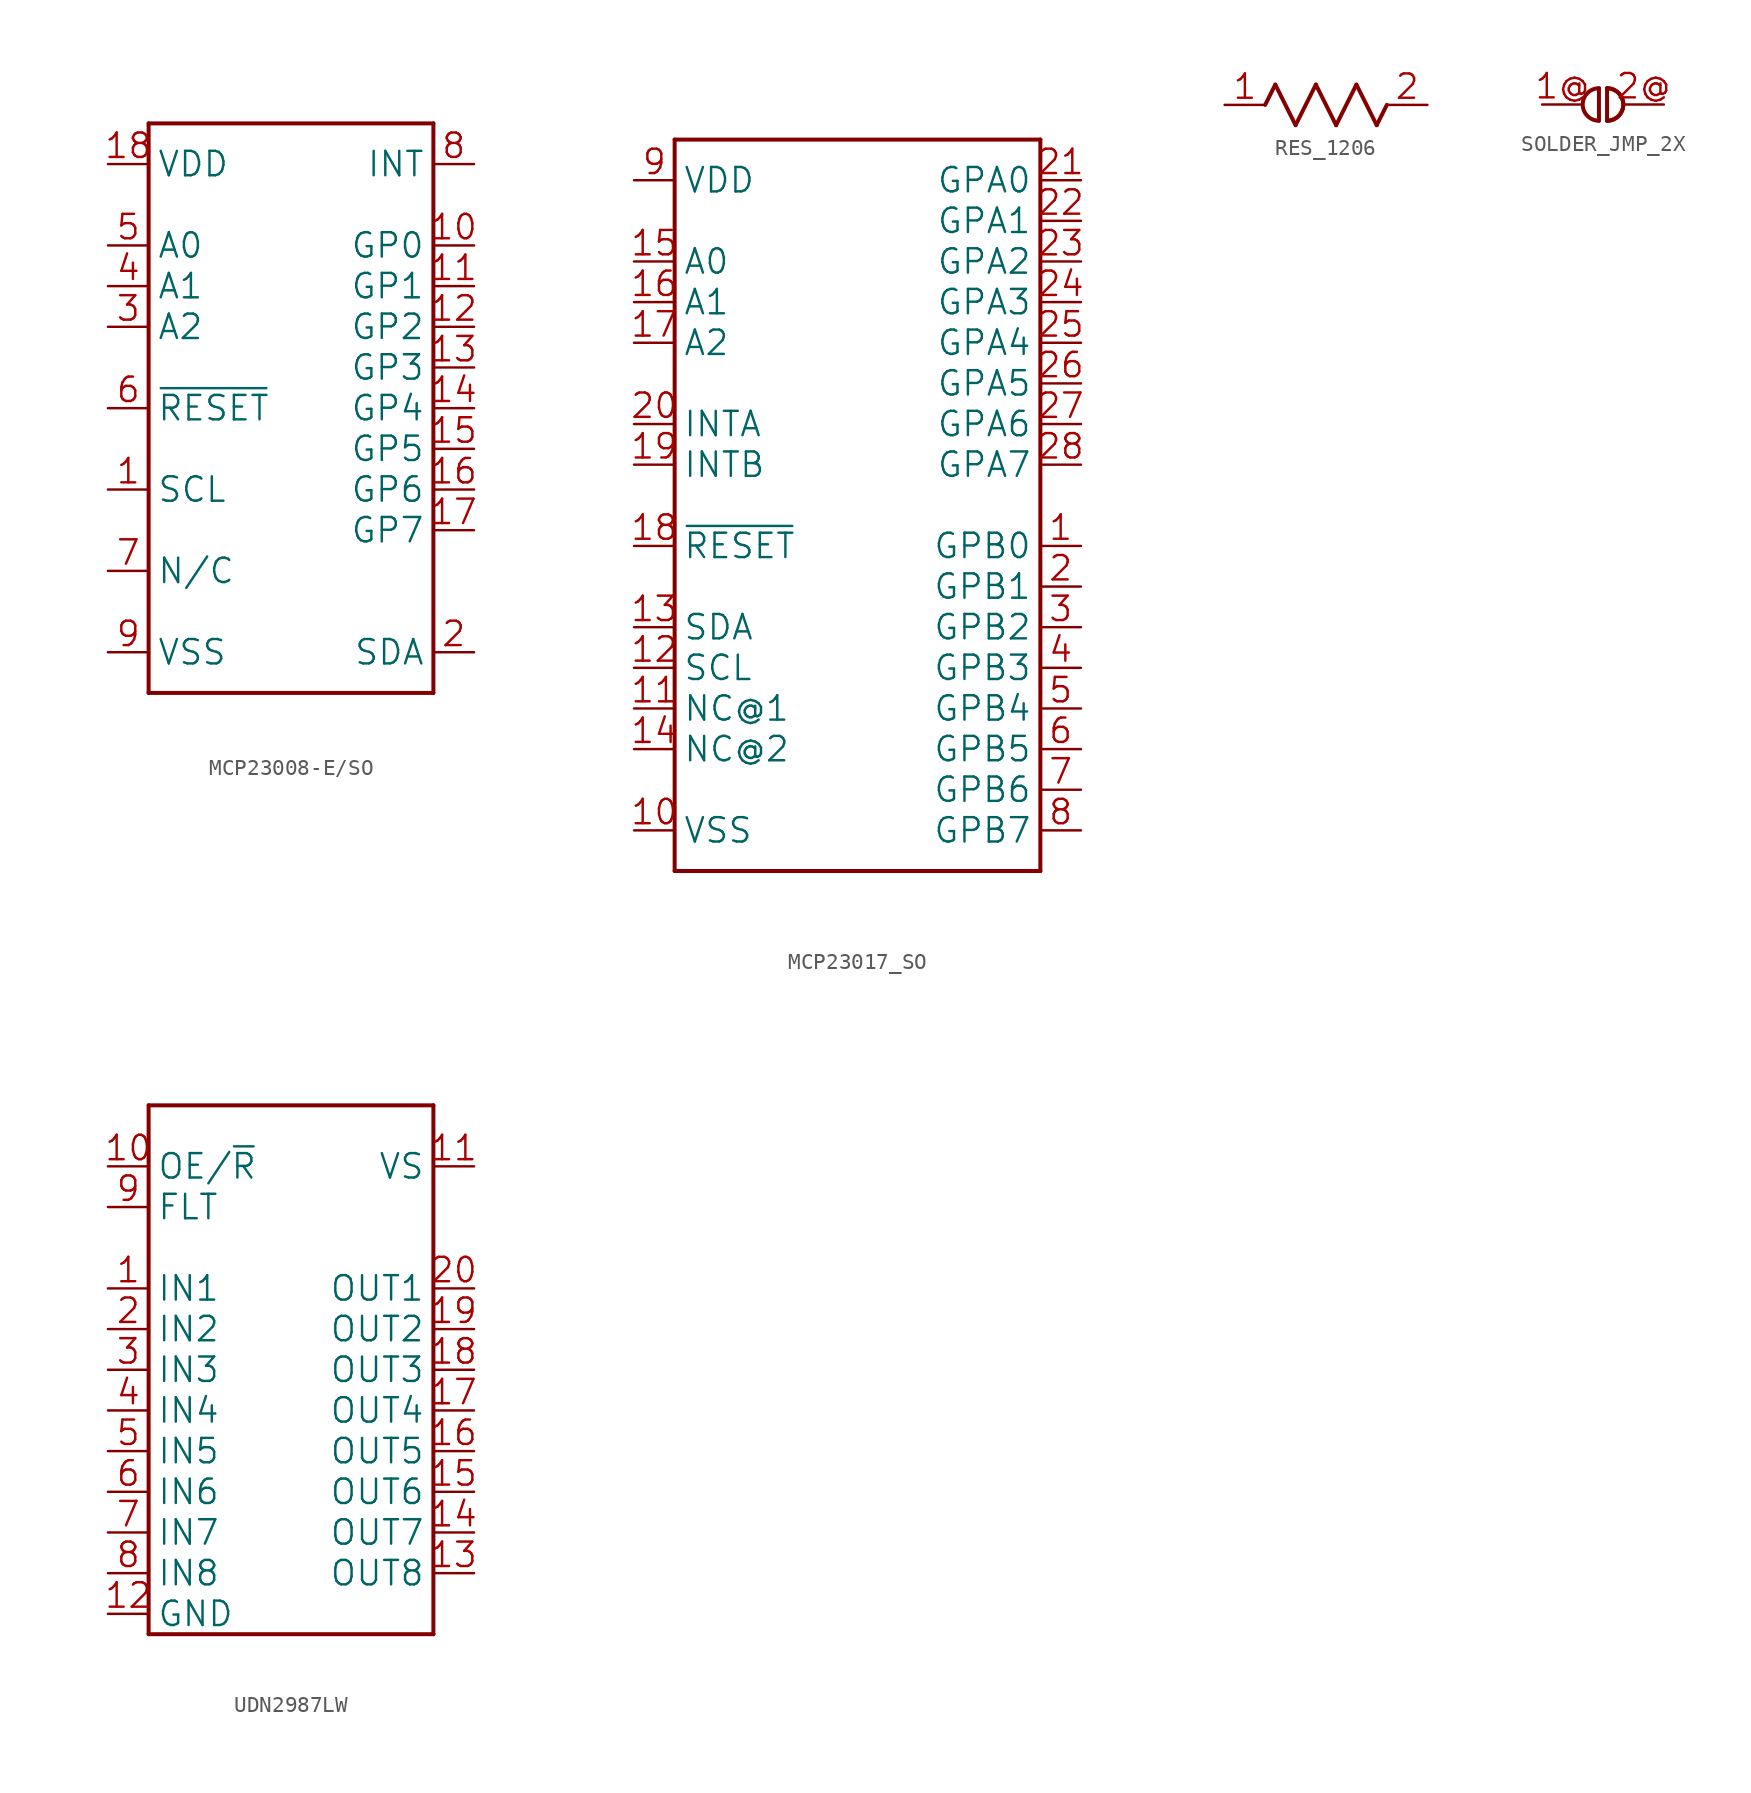
<source format=kicad_sym>
(kicad_symbol_lib
  (version 20241209)
  (generator "kicad_symbol_editor")
  (generator_version "9.0")
  (symbol "MCP23008-E/SO"
    (property "Reference" "U"
      (at 0 0 0)
      (effects (font (size 1.27 1.27)) (hide yes)))
    (property "ki_locked" ""
      (at 0 0 0)
      (effects (font (size 1.27 1.27))))
    (symbol "MCP23008-E/SO_1_0"
      (polyline (pts (xy -8.89 17.78) (xy 8.89 17.78)) (stroke (width 0.25) (type solid)) (fill (type none)))
      (polyline (pts (xy -8.89 -17.78) (xy -8.89 17.78)) (stroke (width 0.25) (type solid)) (fill (type none)))
      (polyline (pts (xy 8.89 17.78) (xy 8.89 -17.78)) (stroke (width 0.25) (type solid)) (fill (type none)))
      (polyline (pts (xy 8.89 -17.78) (xy -8.89 -17.78)) (stroke (width 0.25) (type solid)) (fill (type none)))
      (pin power_in line (at -11.43 15.24 0) (length 2.54) (name "VDD" (effects (font (size 1.524 1.524)))) (number "18" (effects (font (size 1.524 1.524)))))
      (pin input line (at -11.43 10.16 0) (length 2.54) (name "A0" (effects (font (size 1.524 1.524)))) (number "5" (effects (font (size 1.524 1.524)))))
      (pin input line (at -11.43 7.62 0) (length 2.54) (name "A1" (effects (font (size 1.524 1.524)))) (number "4" (effects (font (size 1.524 1.524)))))
      (pin input line (at -11.43 5.08 0) (length 2.54) (name "A2" (effects (font (size 1.524 1.524)))) (number "3" (effects (font (size 1.524 1.524)))))
      (pin input line (at -11.43 0 0) (length 2.54) (name "~{RESET}" (effects (font (size 1.524 1.524)))) (number "6" (effects (font (size 1.524 1.524)))))
      (pin input line (at -11.43 -5.08 0) (length 2.54) (name "SCL" (effects (font (size 1.524 1.524)))) (number "1" (effects (font (size 1.524 1.524)))))
      (pin passive line (at -11.43 -10.16 0) (length 2.54) (name "N/C" (effects (font (size 1.524 1.524)))) (number "7" (effects (font (size 1.524 1.524)))))
      (pin power_in line (at -11.43 -15.24 0) (length 2.54) (name "VSS" (effects (font (size 1.524 1.524)))) (number "9" (effects (font (size 1.524 1.524)))))
      (pin output line (at 11.43 15.24 180) (length 2.54) (name "INT" (effects (font (size 1.524 1.524)))) (number "8" (effects (font (size 1.524 1.524)))))
      (pin bidirectional line (at 11.43 10.16 180) (length 2.54) (name "GP0" (effects (font (size 1.524 1.524)))) (number "10" (effects (font (size 1.524 1.524)))))
      (pin bidirectional line (at 11.43 7.62 180) (length 2.54) (name "GP1" (effects (font (size 1.524 1.524)))) (number "11" (effects (font (size 1.524 1.524)))))
      (pin bidirectional line (at 11.43 5.08 180) (length 2.54) (name "GP2" (effects (font (size 1.524 1.524)))) (number "12" (effects (font (size 1.524 1.524)))))
      (pin bidirectional line (at 11.43 2.54 180) (length 2.54) (name "GP3" (effects (font (size 1.524 1.524)))) (number "13" (effects (font (size 1.524 1.524)))))
      (pin bidirectional line (at 11.43 0 180) (length 2.54) (name "GP4" (effects (font (size 1.524 1.524)))) (number "14" (effects (font (size 1.524 1.524)))))
      (pin bidirectional line (at 11.43 -2.54 180) (length 2.54) (name "GP5" (effects (font (size 1.524 1.524)))) (number "15" (effects (font (size 1.524 1.524)))))
      (pin bidirectional line (at 11.43 -5.08 180) (length 2.54) (name "GP6" (effects (font (size 1.524 1.524)))) (number "16" (effects (font (size 1.524 1.524)))))
      (pin bidirectional line (at 11.43 -7.62 180) (length 2.54) (name "GP7" (effects (font (size 1.524 1.524)))) (number "17" (effects (font (size 1.524 1.524)))))
      (pin bidirectional line (at 11.43 -15.24 180) (length 2.54) (name "SDA" (effects (font (size 1.524 1.524)))) (number "2" (effects (font (size 1.524 1.524)))))))
  (symbol "MCP23017_SO"
    (property "Reference" "U"
      (at 0 0 0)
      (effects (font (size 1.27 1.27)) (hide yes)))
    (property "ki_locked" ""
      (at 0 0 0)
      (effects (font (size 1.27 1.27))))
    (symbol "MCP23017_SO_1_0"
      (polyline (pts (xy -11.43 22.86) (xy 11.43 22.86)) (stroke (width 0.25) (type solid)) (fill (type none)))
      (polyline (pts (xy -11.43 -22.86) (xy -11.43 22.86)) (stroke (width 0.25) (type solid)) (fill (type none)))
      (polyline (pts (xy 11.43 22.86) (xy 11.43 -22.86)) (stroke (width 0.25) (type solid)) (fill (type none)))
      (polyline (pts (xy 11.43 -22.86) (xy -11.43 -22.86)) (stroke (width 0.25) (type solid)) (fill (type none)))
      (pin power_in line (at -13.97 20.32 0) (length 2.54) (name "VDD" (effects (font (size 1.524 1.524)))) (number "9" (effects (font (size 1.524 1.524)))))
      (pin input line (at -13.97 15.24 0) (length 2.54) (name "A0" (effects (font (size 1.524 1.524)))) (number "15" (effects (font (size 1.524 1.524)))))
      (pin input line (at -13.97 12.7 0) (length 2.54) (name "A1" (effects (font (size 1.524 1.524)))) (number "16" (effects (font (size 1.524 1.524)))))
      (pin input line (at -13.97 10.16 0) (length 2.54) (name "A2" (effects (font (size 1.524 1.524)))) (number "17" (effects (font (size 1.524 1.524)))))
      (pin output line (at -13.97 5.08 0) (length 2.54) (name "INTA" (effects (font (size 1.524 1.524)))) (number "20" (effects (font (size 1.524 1.524)))))
      (pin output line (at -13.97 2.54 0) (length 2.54) (name "INTB" (effects (font (size 1.524 1.524)))) (number "19" (effects (font (size 1.524 1.524)))))
      (pin input line (at -13.97 -2.54 0) (length 2.54) (name "~{RESET}" (effects (font (size 1.524 1.524)))) (number "18" (effects (font (size 1.524 1.524)))))
      (pin bidirectional line (at -13.97 -7.62 0) (length 2.54) (name "SDA" (effects (font (size 1.524 1.524)))) (number "13" (effects (font (size 1.524 1.524)))))
      (pin input line (at -13.97 -10.16 0) (length 2.54) (name "SCL" (effects (font (size 1.524 1.524)))) (number "12" (effects (font (size 1.524 1.524)))))
      (pin passive line (at -13.97 -12.7 0) (length 2.54) (name "NC@1" (effects (font (size 1.524 1.524)))) (number "11" (effects (font (size 1.524 1.524)))))
      (pin passive line (at -13.97 -15.24 0) (length 2.54) (name "NC@2" (effects (font (size 1.524 1.524)))) (number "14" (effects (font (size 1.524 1.524)))))
      (pin power_in line (at -13.97 -20.32 0) (length 2.54) (name "VSS" (effects (font (size 1.524 1.524)))) (number "10" (effects (font (size 1.524 1.524)))))
      (pin bidirectional line (at 13.97 20.32 180) (length 2.54) (name "GPA0" (effects (font (size 1.524 1.524)))) (number "21" (effects (font (size 1.524 1.524)))))
      (pin bidirectional line (at 13.97 17.78 180) (length 2.54) (name "GPA1" (effects (font (size 1.524 1.524)))) (number "22" (effects (font (size 1.524 1.524)))))
      (pin bidirectional line (at 13.97 15.24 180) (length 2.54) (name "GPA2" (effects (font (size 1.524 1.524)))) (number "23" (effects (font (size 1.524 1.524)))))
      (pin bidirectional line (at 13.97 12.7 180) (length 2.54) (name "GPA3" (effects (font (size 1.524 1.524)))) (number "24" (effects (font (size 1.524 1.524)))))
      (pin bidirectional line (at 13.97 10.16 180) (length 2.54) (name "GPA4" (effects (font (size 1.524 1.524)))) (number "25" (effects (font (size 1.524 1.524)))))
      (pin bidirectional line (at 13.97 7.62 180) (length 2.54) (name "GPA5" (effects (font (size 1.524 1.524)))) (number "26" (effects (font (size 1.524 1.524)))))
      (pin bidirectional line (at 13.97 5.08 180) (length 2.54) (name "GPA6" (effects (font (size 1.524 1.524)))) (number "27" (effects (font (size 1.524 1.524)))))
      (pin bidirectional line (at 13.97 2.54 180) (length 2.54) (name "GPA7" (effects (font (size 1.524 1.524)))) (number "28" (effects (font (size 1.524 1.524)))))
      (pin bidirectional line (at 13.97 -2.54 180) (length 2.54) (name "GPB0" (effects (font (size 1.524 1.524)))) (number "1" (effects (font (size 1.524 1.524)))))
      (pin bidirectional line (at 13.97 -5.08 180) (length 2.54) (name "GPB1" (effects (font (size 1.524 1.524)))) (number "2" (effects (font (size 1.524 1.524)))))
      (pin bidirectional line (at 13.97 -7.62 180) (length 2.54) (name "GPB2" (effects (font (size 1.524 1.524)))) (number "3" (effects (font (size 1.524 1.524)))))
      (pin bidirectional line (at 13.97 -10.16 180) (length 2.54) (name "GPB3" (effects (font (size 1.524 1.524)))) (number "4" (effects (font (size 1.524 1.524)))))
      (pin bidirectional line (at 13.97 -12.7 180) (length 2.54) (name "GPB4" (effects (font (size 1.524 1.524)))) (number "5" (effects (font (size 1.524 1.524)))))
      (pin bidirectional line (at 13.97 -15.24 180) (length 2.54) (name "GPB5" (effects (font (size 1.524 1.524)))) (number "6" (effects (font (size 1.524 1.524)))))
      (pin bidirectional line (at 13.97 -17.78 180) (length 2.54) (name "GPB6" (effects (font (size 1.524 1.524)))) (number "7" (effects (font (size 1.524 1.524)))))
      (pin bidirectional line (at 13.97 -20.32 180) (length 2.54) (name "GPB7" (effects (font (size 1.524 1.524)))) (number "8" (effects (font (size 1.524 1.524)))))))
  (symbol "RES_1206"
    (property "Reference" "R"
      (at 0 0 0)
      (effects (font (size 1.27 1.27)) (hide yes)))
    (property "ki_locked" ""
      (at 0 0 0)
      (effects (font (size 1.27 1.27))))
    (symbol "RES_1206_1_0"
      (polyline (pts (xy -3.81 0) (xy -3.175 1.27)) (stroke (width 0.25) (type solid)) (fill (type none)))
      (polyline (pts (xy -3.175 1.27) (xy -1.905 -1.27)) (stroke (width 0.25) (type solid)) (fill (type none)))
      (polyline (pts (xy -1.905 -1.27) (xy -0.635 1.27)) (stroke (width 0.25) (type solid)) (fill (type none)))
      (polyline (pts (xy -0.635 1.27) (xy 0.635 -1.27)) (stroke (width 0.25) (type solid)) (fill (type none)))
      (polyline (pts (xy 0.635 -1.27) (xy 1.905 1.27)) (stroke (width 0.25) (type solid)) (fill (type none)))
      (polyline (pts (xy 1.905 1.27) (xy 3.175 -1.27)) (stroke (width 0.25) (type solid)) (fill (type none)))
      (polyline (pts (xy 3.175 -1.27) (xy 3.81 0)) (stroke (width 0.25) (type solid)) (fill (type none)))
      (pin passive line (at -6.35 0 0) (length 2.54) (name "1" (effects (font (size 0 0)))) (number "1" (effects (font (size 1.524 1.524)))))
      (pin passive line (at 6.35 0 180) (length 2.54) (name "2" (effects (font (size 0 0)))) (number "2" (effects (font (size 1.524 1.524)))))))
  (symbol "SOLDER_JMP_2X"
    (property "Reference" "J"
      (at 0 0 0)
      (effects (font (size 1.27 1.27)) (hide yes)))
    (property "ki_locked" ""
      (at 0 0 0)
      (effects (font (size 1.27 1.27))))
    (symbol "SOLDER_JMP_2X_1_0"
      (polyline (pts (xy -0.254 1.016) (xy -0.254 -1.016)) (stroke (width 0.25) (type solid)) (fill (type none)))
      (arc (start -0.2538 -1.016) (mid -1.2699 -0.0001) (end -0.254 1.016) (stroke (width 0.127) (type solid)) (fill (type none)))
      (arc (start -0.2538 -1.016) (mid -1.2699 -0.0001) (end -0.254 1.016) (stroke (width 0.25) (type solid)) (fill (type none)))
      (arc (start 0.2538 1.016) (mid 1.2699 0.0001) (end 0.254 -1.016) (stroke (width 0.25) (type solid)) (fill (type none)))
      (arc (start 0.2538 1.016) (mid 1.2699 0.0001) (end 0.254 -1.016) (stroke (width 0.25) (type solid)) (fill (type none)))
      (polyline (pts (xy 0.254 1.016) (xy 0.254 -1.016)) (stroke (width 0.25) (type solid)) (fill (type none)))
      (pin passive line (at -3.81 0 0) (length 2.54) (name "1" (effects (font (size 0 0)))) (number "1@" (effects (font (size 1.524 1.524)))))
      (pin passive line (at 3.81 0 180) (length 2.54) (name "2" (effects (font (size 0 0)))) (number "2@" (effects (font (size 1.524 1.524)))))))
  (symbol "UDN2987LW"
    (property "Reference" "U"
      (at 0 0 0)
      (effects (font (size 1.27 1.27)) (hide yes)))
    (property "ki_locked" ""
      (at 0 0 0)
      (effects (font (size 1.27 1.27))))
    (symbol "UDN2987LW_1_0"
      (polyline (pts (xy -8.89 16.51) (xy 8.89 16.51)) (stroke (width 0.25) (type solid)) (fill (type none)))
      (polyline (pts (xy -8.89 -16.51) (xy -8.89 16.51)) (stroke (width 0.25) (type solid)) (fill (type none)))
      (polyline (pts (xy 8.89 16.51) (xy 8.89 -16.51)) (stroke (width 0.25) (type solid)) (fill (type none)))
      (polyline (pts (xy 8.89 -16.51) (xy -8.89 -16.51)) (stroke (width 0.25) (type solid)) (fill (type none)))
      (pin input line (at -11.43 12.7 0) (length 2.54) (name "OE/~{R}" (effects (font (size 1.524 1.524)))) (number "10" (effects (font (size 1.524 1.524)))))
      (pin bidirectional line (at -11.43 10.16 0) (length 2.54) (name "FLT" (effects (font (size 1.524 1.524)))) (number "9" (effects (font (size 1.524 1.524)))))
      (pin input line (at -11.43 5.08 0) (length 2.54) (name "IN1" (effects (font (size 1.524 1.524)))) (number "1" (effects (font (size 1.524 1.524)))))
      (pin input line (at -11.43 2.54 0) (length 2.54) (name "IN2" (effects (font (size 1.524 1.524)))) (number "2" (effects (font (size 1.524 1.524)))))
      (pin input line (at -11.43 0 0) (length 2.54) (name "IN3" (effects (font (size 1.524 1.524)))) (number "3" (effects (font (size 1.524 1.524)))))
      (pin input line (at -11.43 -2.54 0) (length 2.54) (name "IN4" (effects (font (size 1.524 1.524)))) (number "4" (effects (font (size 1.524 1.524)))))
      (pin input line (at -11.43 -5.08 0) (length 2.54) (name "IN5" (effects (font (size 1.524 1.524)))) (number "5" (effects (font (size 1.524 1.524)))))
      (pin input line (at -11.43 -7.62 0) (length 2.54) (name "IN6" (effects (font (size 1.524 1.524)))) (number "6" (effects (font (size 1.524 1.524)))))
      (pin input line (at -11.43 -10.16 0) (length 2.54) (name "IN7" (effects (font (size 1.524 1.524)))) (number "7" (effects (font (size 1.524 1.524)))))
      (pin input line (at -11.43 -12.7 0) (length 2.54) (name "IN8" (effects (font (size 1.524 1.524)))) (number "8" (effects (font (size 1.524 1.524)))))
      (pin power_in line (at -11.43 -15.24 0) (length 2.54) (name "GND" (effects (font (size 1.524 1.524)))) (number "12" (effects (font (size 1.524 1.524)))))
      (pin power_in line (at 11.43 12.7 180) (length 2.54) (name "VS" (effects (font (size 1.524 1.524)))) (number "11" (effects (font (size 1.524 1.524)))))
      (pin output line (at 11.43 5.08 180) (length 2.54) (name "OUT1" (effects (font (size 1.524 1.524)))) (number "20" (effects (font (size 1.524 1.524)))))
      (pin output line (at 11.43 2.54 180) (length 2.54) (name "OUT2" (effects (font (size 1.524 1.524)))) (number "19" (effects (font (size 1.524 1.524)))))
      (pin output line (at 11.43 0 180) (length 2.54) (name "OUT3" (effects (font (size 1.524 1.524)))) (number "18" (effects (font (size 1.524 1.524)))))
      (pin output line (at 11.43 -2.54 180) (length 2.54) (name "OUT4" (effects (font (size 1.524 1.524)))) (number "17" (effects (font (size 1.524 1.524)))))
      (pin output line (at 11.43 -5.08 180) (length 2.54) (name "OUT5" (effects (font (size 1.524 1.524)))) (number "16" (effects (font (size 1.524 1.524)))))
      (pin output line (at 11.43 -7.62 180) (length 2.54) (name "OUT6" (effects (font (size 1.524 1.524)))) (number "15" (effects (font (size 1.524 1.524)))))
      (pin output line (at 11.43 -10.16 180) (length 2.54) (name "OUT7" (effects (font (size 1.524 1.524)))) (number "14" (effects (font (size 1.524 1.524)))))
      (pin output line (at 11.43 -12.7 180) (length 2.54) (name "OUT8" (effects (font (size 1.524 1.524)))) (number "13" (effects (font (size 1.524 1.524))))))))
</source>
